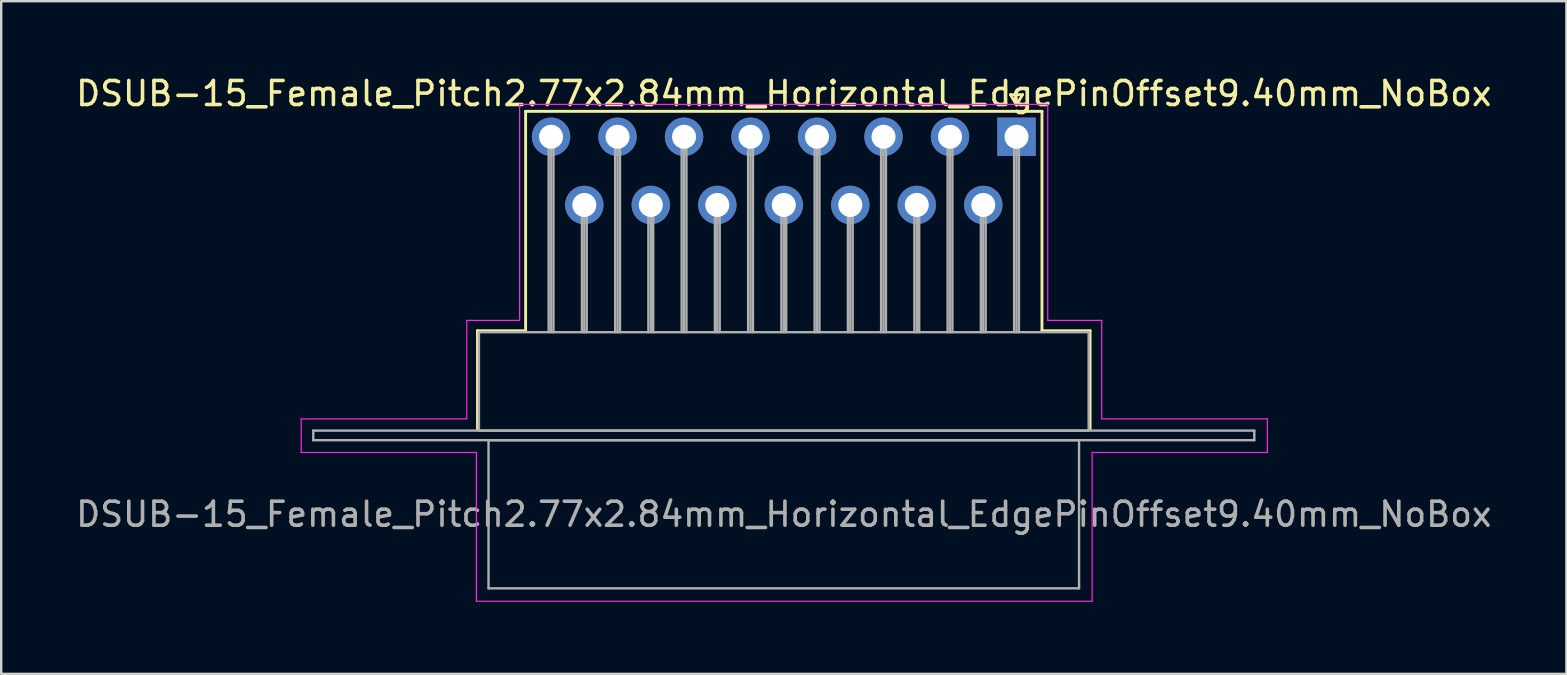
<source format=kicad_pcb>
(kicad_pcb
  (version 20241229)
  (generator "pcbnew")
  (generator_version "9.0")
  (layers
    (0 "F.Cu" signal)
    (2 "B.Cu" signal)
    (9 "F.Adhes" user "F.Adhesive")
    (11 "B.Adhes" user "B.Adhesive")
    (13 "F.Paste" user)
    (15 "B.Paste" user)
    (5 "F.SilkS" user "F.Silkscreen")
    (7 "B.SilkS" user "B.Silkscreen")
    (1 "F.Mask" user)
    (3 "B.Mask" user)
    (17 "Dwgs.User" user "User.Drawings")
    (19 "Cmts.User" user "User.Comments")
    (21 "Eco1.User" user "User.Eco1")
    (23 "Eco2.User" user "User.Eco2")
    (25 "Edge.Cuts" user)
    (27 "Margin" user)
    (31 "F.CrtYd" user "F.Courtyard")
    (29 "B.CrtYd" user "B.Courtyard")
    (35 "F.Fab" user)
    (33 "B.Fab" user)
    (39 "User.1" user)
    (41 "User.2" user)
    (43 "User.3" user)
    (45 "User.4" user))
  (footprint "DSUB-15_Female_Pitch2.77x2.84mm_Horizontal_EdgePinOffset9.40mm_NoBox"
    (layer "F.Cu")
    (at 39.296 2.648)
    (property "Reference" "DSUB-15_Female_Pitch2.77x2.84mm_Horizontal_EdgePinOffset9.40mm_NoBox" (at -9.695 -1.8 0) (layer "F.SilkS") (effects (font (size 1 1) (thickness 0.15))))
    (attr through_hole)
    (fp_line (start -22.455 8.08) (end -20.45 8.08) (stroke (width 0.12) (type solid)) (layer "F.SilkS"))
    (fp_line (start -22.455 12.18) (end -22.455 8.08) (stroke (width 0.12) (type solid)) (layer "F.SilkS"))
    (fp_line (start -20.45 -1.06) (end 1.06 -1.06) (stroke (width 0.12) (type solid)) (layer "F.SilkS"))
    (fp_line (start -20.45 8.08) (end -20.45 -1.06) (stroke (width 0.12) (type solid)) (layer "F.SilkS"))
    (fp_line (start -0.25 -1.754) (end 0.25 -1.754) (stroke (width 0.12) (type solid)) (layer "F.SilkS"))
    (fp_line (start 0 -1.321) (end -0.25 -1.754) (stroke (width 0.12) (type solid)) (layer "F.SilkS"))
    (fp_line (start 0.25 -1.754) (end 0 -1.321) (stroke (width 0.12) (type solid)) (layer "F.SilkS"))
    (fp_line (start 1.06 -1.06) (end 1.06 8.08) (stroke (width 0.12) (type solid)) (layer "F.SilkS"))
    (fp_line (start 1.06 8.08) (end 3.065 8.08) (stroke (width 0.12) (type solid)) (layer "F.SilkS"))
    (fp_line (start 3.065 8.08) (end 3.065 12.18) (stroke (width 0.12) (type solid)) (layer "F.SilkS"))
    (fp_line (start -29.8 11.75) (end -22.9 11.75) (stroke (width 0.05) (type solid)) (layer "F.CrtYd"))
    (fp_line (start -29.8 13.15) (end -29.8 11.75) (stroke (width 0.05) (type solid)) (layer "F.CrtYd"))
    (fp_line (start -22.9 7.65) (end -20.7 7.65) (stroke (width 0.05) (type solid)) (layer "F.CrtYd"))
    (fp_line (start -22.9 11.75) (end -22.9 7.65) (stroke (width 0.05) (type solid)) (layer "F.CrtYd"))
    (fp_line (start -22.5 13.15) (end -29.8 13.15) (stroke (width 0.05) (type solid)) (layer "F.CrtYd"))
    (fp_line (start -22.5 19.35) (end -22.5 13.15) (stroke (width 0.05) (type solid)) (layer "F.CrtYd"))
    (fp_line (start -20.7 -1.35) (end 1.3 -1.35) (stroke (width 0.05) (type solid)) (layer "F.CrtYd"))
    (fp_line (start -20.7 7.65) (end -20.7 -1.35) (stroke (width 0.05) (type solid)) (layer "F.CrtYd"))
    (fp_line (start 1.3 -1.35) (end 1.3 7.65) (stroke (width 0.05) (type solid)) (layer "F.CrtYd"))
    (fp_line (start 1.3 7.65) (end 3.55 7.65) (stroke (width 0.05) (type solid)) (layer "F.CrtYd"))
    (fp_line (start 3.15 13.15) (end 3.15 19.35) (stroke (width 0.05) (type solid)) (layer "F.CrtYd"))
    (fp_line (start 3.15 19.35) (end -22.5 19.35) (stroke (width 0.05) (type solid)) (layer "F.CrtYd"))
    (fp_line (start 3.55 7.65) (end 3.55 11.75) (stroke (width 0.05) (type solid)) (layer "F.CrtYd"))
    (fp_line (start 3.55 11.75) (end 10.45 11.75) (stroke (width 0.05) (type solid)) (layer "F.CrtYd"))
    (fp_line (start 10.45 11.75) (end 10.45 13.15) (stroke (width 0.05) (type solid)) (layer "F.CrtYd"))
    (fp_line (start 10.45 13.15) (end 3.15 13.15) (stroke (width 0.05) (type solid)) (layer "F.CrtYd"))
    (fp_line (start -29.295 12.24) (end -29.295 12.64) (stroke (width 0.1) (type solid)) (layer "F.Fab"))
    (fp_line (start -29.295 12.64) (end 9.905 12.64) (stroke (width 0.1) (type solid)) (layer "F.Fab"))
    (fp_line (start -22.395 8.14) (end -22.395 12.24) (stroke (width 0.1) (type solid)) (layer "F.Fab"))
    (fp_line (start -22.395 12.24) (end 3.005 12.24) (stroke (width 0.1) (type solid)) (layer "F.Fab"))
    (fp_line (start -21.995 12.64) (end -21.995 18.81) (stroke (width 0.1) (type solid)) (layer "F.Fab"))
    (fp_line (start -21.995 18.81) (end 2.605 18.81) (stroke (width 0.1) (type solid)) (layer "F.Fab"))
    (fp_line (start -19.49 0) (end -19.49 8.14) (stroke (width 0.1) (type solid)) (layer "F.Fab"))
    (fp_line (start -19.39 0) (end -19.39 8.14) (stroke (width 0.1) (type solid)) (layer "F.Fab"))
    (fp_line (start -19.29 0) (end -19.29 8.14) (stroke (width 0.1) (type solid)) (layer "F.Fab"))
    (fp_line (start -18.105 2.84) (end -18.105 8.14) (stroke (width 0.1) (type solid)) (layer "F.Fab"))
    (fp_line (start -18.005 2.84) (end -18.005 8.14) (stroke (width 0.1) (type solid)) (layer "F.Fab"))
    (fp_line (start -17.905 2.84) (end -17.905 8.14) (stroke (width 0.1) (type solid)) (layer "F.Fab"))
    (fp_line (start -16.72 0) (end -16.72 8.14) (stroke (width 0.1) (type solid)) (layer "F.Fab"))
    (fp_line (start -16.62 0) (end -16.62 8.14) (stroke (width 0.1) (type solid)) (layer "F.Fab"))
    (fp_line (start -16.52 0) (end -16.52 8.14) (stroke (width 0.1) (type solid)) (layer "F.Fab"))
    (fp_line (start -15.335 2.84) (end -15.335 8.14) (stroke (width 0.1) (type solid)) (layer "F.Fab"))
    (fp_line (start -15.235 2.84) (end -15.235 8.14) (stroke (width 0.1) (type solid)) (layer "F.Fab"))
    (fp_line (start -15.135 2.84) (end -15.135 8.14) (stroke (width 0.1) (type solid)) (layer "F.Fab"))
    (fp_line (start -13.95 0) (end -13.95 8.14) (stroke (width 0.1) (type solid)) (layer "F.Fab"))
    (fp_line (start -13.85 0) (end -13.85 8.14) (stroke (width 0.1) (type solid)) (layer "F.Fab"))
    (fp_line (start -13.75 0) (end -13.75 8.14) (stroke (width 0.1) (type solid)) (layer "F.Fab"))
    (fp_line (start -12.565 2.84) (end -12.565 8.14) (stroke (width 0.1) (type solid)) (layer "F.Fab"))
    (fp_line (start -12.465 2.84) (end -12.465 8.14) (stroke (width 0.1) (type solid)) (layer "F.Fab"))
    (fp_line (start -12.365 2.84) (end -12.365 8.14) (stroke (width 0.1) (type solid)) (layer "F.Fab"))
    (fp_line (start -11.18 0) (end -11.18 8.14) (stroke (width 0.1) (type solid)) (layer "F.Fab"))
    (fp_line (start -11.08 0) (end -11.08 8.14) (stroke (width 0.1) (type solid)) (layer "F.Fab"))
    (fp_line (start -10.98 0) (end -10.98 8.14) (stroke (width 0.1) (type solid)) (layer "F.Fab"))
    (fp_line (start -9.795 2.84) (end -9.795 8.14) (stroke (width 0.1) (type solid)) (layer "F.Fab"))
    (fp_line (start -9.695 2.84) (end -9.695 8.14) (stroke (width 0.1) (type solid)) (layer "F.Fab"))
    (fp_line (start -9.595 2.84) (end -9.595 8.14) (stroke (width 0.1) (type solid)) (layer "F.Fab"))
    (fp_line (start -8.41 0) (end -8.41 8.14) (stroke (width 0.1) (type solid)) (layer "F.Fab"))
    (fp_line (start -8.31 0) (end -8.31 8.14) (stroke (width 0.1) (type solid)) (layer "F.Fab"))
    (fp_line (start -8.21 0) (end -8.21 8.14) (stroke (width 0.1) (type solid)) (layer "F.Fab"))
    (fp_line (start -7.025 2.84) (end -7.025 8.14) (stroke (width 0.1) (type solid)) (layer "F.Fab"))
    (fp_line (start -6.925 2.84) (end -6.925 8.14) (stroke (width 0.1) (type solid)) (layer "F.Fab"))
    (fp_line (start -6.825 2.84) (end -6.825 8.14) (stroke (width 0.1) (type solid)) (layer "F.Fab"))
    (fp_line (start -5.64 0) (end -5.64 8.14) (stroke (width 0.1) (type solid)) (layer "F.Fab"))
    (fp_line (start -5.54 0) (end -5.54 8.14) (stroke (width 0.1) (type solid)) (layer "F.Fab"))
    (fp_line (start -5.44 0) (end -5.44 8.14) (stroke (width 0.1) (type solid)) (layer "F.Fab"))
    (fp_line (start -4.255 2.84) (end -4.255 8.14) (stroke (width 0.1) (type solid)) (layer "F.Fab"))
    (fp_line (start -4.155 2.84) (end -4.155 8.14) (stroke (width 0.1) (type solid)) (layer "F.Fab"))
    (fp_line (start -4.055 2.84) (end -4.055 8.14) (stroke (width 0.1) (type solid)) (layer "F.Fab"))
    (fp_line (start -2.87 0) (end -2.87 8.14) (stroke (width 0.1) (type solid)) (layer "F.Fab"))
    (fp_line (start -2.77 0) (end -2.77 8.14) (stroke (width 0.1) (type solid)) (layer "F.Fab"))
    (fp_line (start -2.67 0) (end -2.67 8.14) (stroke (width 0.1) (type solid)) (layer "F.Fab"))
    (fp_line (start -1.485 2.84) (end -1.485 8.14) (stroke (width 0.1) (type solid)) (layer "F.Fab"))
    (fp_line (start -1.385 2.84) (end -1.385 8.14) (stroke (width 0.1) (type solid)) (layer "F.Fab"))
    (fp_line (start -1.285 2.84) (end -1.285 8.14) (stroke (width 0.1) (type solid)) (layer "F.Fab"))
    (fp_line (start -0.1 0) (end -0.1 8.14) (stroke (width 0.1) (type solid)) (layer "F.Fab"))
    (fp_line (start 0 0) (end 0 8.14) (stroke (width 0.1) (type solid)) (layer "F.Fab"))
    (fp_line (start 0.1 0) (end 0.1 8.14) (stroke (width 0.1) (type solid)) (layer "F.Fab"))
    (fp_line (start 2.605 12.64) (end -21.995 12.64) (stroke (width 0.1) (type solid)) (layer "F.Fab"))
    (fp_line (start 2.605 18.81) (end 2.605 12.64) (stroke (width 0.1) (type solid)) (layer "F.Fab"))
    (fp_line (start 3.005 8.14) (end -22.395 8.14) (stroke (width 0.1) (type solid)) (layer "F.Fab"))
    (fp_line (start 3.005 12.24) (end 3.005 8.14) (stroke (width 0.1) (type solid)) (layer "F.Fab"))
    (fp_line (start 9.905 12.24) (end -29.295 12.24) (stroke (width 0.1) (type solid)) (layer "F.Fab"))
    (fp_line (start 9.905 12.64) (end 9.905 12.24) (stroke (width 0.1) (type solid)) (layer "F.Fab"))
    (fp_text user "${REFERENCE}" (at -9.695 15.725 0) (layer "F.Fab") (effects (font (size 1 1) (thickness 0.15))))
    (pad "1" thru_hole rect (at 0 0) (size 1.6 1.6) (drill 1) (layers "*.Cu" "*.Mask"))
    (pad "2" thru_hole circle (at -2.77 0) (size 1.6 1.6) (drill 1) (layers "*.Cu" "*.Mask"))
    (pad "3" thru_hole circle (at -5.54 0) (size 1.6 1.6) (drill 1) (layers "*.Cu" "*.Mask"))
    (pad "4" thru_hole circle (at -8.31 0) (size 1.6 1.6) (drill 1) (layers "*.Cu" "*.Mask"))
    (pad "5" thru_hole circle (at -11.08 0) (size 1.6 1.6) (drill 1) (layers "*.Cu" "*.Mask"))
    (pad "6" thru_hole circle (at -13.85 0) (size 1.6 1.6) (drill 1) (layers "*.Cu" "*.Mask"))
    (pad "7" thru_hole circle (at -16.62 0) (size 1.6 1.6) (drill 1) (layers "*.Cu" "*.Mask"))
    (pad "8" thru_hole circle (at -19.39 0) (size 1.6 1.6) (drill 1) (layers "*.Cu" "*.Mask"))
    (pad "9" thru_hole circle (at -1.385 2.84) (size 1.6 1.6) (drill 1) (layers "*.Cu" "*.Mask"))
    (pad "10" thru_hole circle (at -4.155 2.84) (size 1.6 1.6) (drill 1) (layers "*.Cu" "*.Mask"))
    (pad "11" thru_hole circle (at -6.925 2.84) (size 1.6 1.6) (drill 1) (layers "*.Cu" "*.Mask"))
    (pad "12" thru_hole circle (at -9.695 2.84) (size 1.6 1.6) (drill 1) (layers "*.Cu" "*.Mask"))
    (pad "13" thru_hole circle (at -12.465 2.84) (size 1.6 1.6) (drill 1) (layers "*.Cu" "*.Mask"))
    (pad "14" thru_hole circle (at -15.235 2.84) (size 1.6 1.6) (drill 1) (layers "*.Cu" "*.Mask"))
    (pad "15" thru_hole circle (at -18.005 2.84) (size 1.6 1.6) (drill 1) (layers "*.Cu" "*.Mask")))
  (gr_rect
    (start -3 -3)
    (end 62.202 25.023)
    (stroke (width 0.1) (type default))
    (fill no)
    (layer "Edge.Cuts")))
</source>
